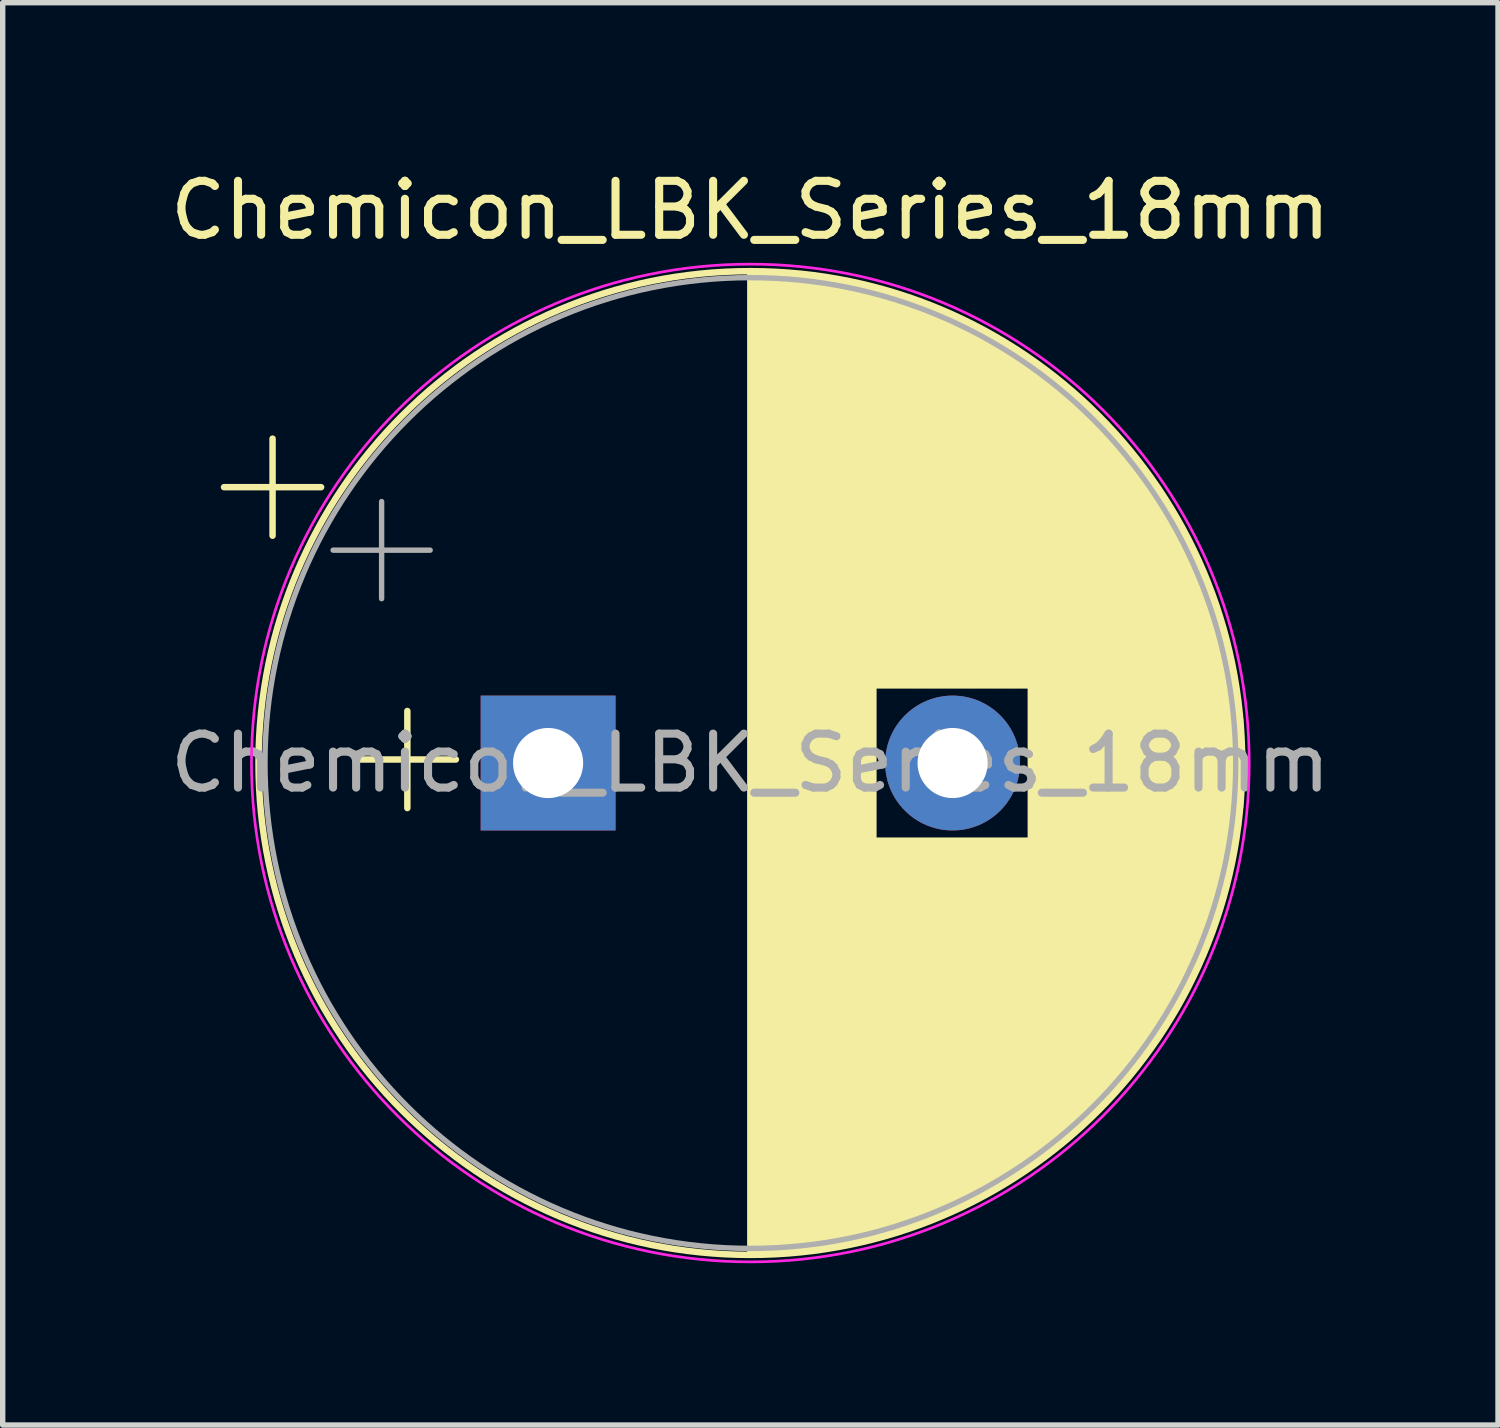
<source format=kicad_pcb>
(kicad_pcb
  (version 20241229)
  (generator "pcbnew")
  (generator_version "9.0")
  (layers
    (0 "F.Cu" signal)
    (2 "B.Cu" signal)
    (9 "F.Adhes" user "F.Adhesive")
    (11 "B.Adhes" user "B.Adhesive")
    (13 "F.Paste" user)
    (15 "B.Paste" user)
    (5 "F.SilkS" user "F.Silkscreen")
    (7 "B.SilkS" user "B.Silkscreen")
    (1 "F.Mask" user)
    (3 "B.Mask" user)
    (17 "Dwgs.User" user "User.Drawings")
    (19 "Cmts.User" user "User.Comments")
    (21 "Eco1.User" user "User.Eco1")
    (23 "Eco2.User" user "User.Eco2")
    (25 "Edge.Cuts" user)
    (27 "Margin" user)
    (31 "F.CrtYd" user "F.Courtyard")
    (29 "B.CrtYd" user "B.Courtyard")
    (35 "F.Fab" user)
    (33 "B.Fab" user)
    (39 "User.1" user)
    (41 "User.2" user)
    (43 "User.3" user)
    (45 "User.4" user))
  (footprint "Chemicon_LBK_Series_18mm"
    (layer "F.Cu")
    (at 7.113 11.098)
    (property "Reference" "Chemicon_LBK_Series_18mm" (at 3.75 -10.25 0) (layer "F.SilkS") (effects (font (size 1 1) (thickness 0.15))))
    (attr through_hole)
    (fp_line (start -6.009 -5.115) (end -4.209 -5.115) (stroke (width 0.12) (type solid)) (layer "F.SilkS"))
    (fp_line (start -5.109 -6.015) (end -5.109 -4.215) (stroke (width 0.12) (type solid)) (layer "F.SilkS"))
    (fp_line (start -3.51 -0.065) (end -1.71 -0.065) (stroke (width 0.12) (type solid)) (layer "F.SilkS"))
    (fp_line (start -2.61 -0.965) (end -2.61 0.835) (stroke (width 0.12) (type solid)) (layer "F.SilkS"))
    (fp_line (start 3.75 -9.081) (end 3.75 9.081) (stroke (width 0.12) (type solid)) (layer "F.SilkS"))
    (fp_line (start 3.79 -9.08) (end 3.79 9.08) (stroke (width 0.12) (type solid)) (layer "F.SilkS"))
    (fp_line (start 3.83 -9.08) (end 3.83 9.08) (stroke (width 0.12) (type solid)) (layer "F.SilkS"))
    (fp_line (start 3.87 -9.08) (end 3.87 9.08) (stroke (width 0.12) (type solid)) (layer "F.SilkS"))
    (fp_line (start 3.91 -9.079) (end 3.91 9.079) (stroke (width 0.12) (type solid)) (layer "F.SilkS"))
    (fp_line (start 3.95 -9.078) (end 3.95 9.078) (stroke (width 0.12) (type solid)) (layer "F.SilkS"))
    (fp_line (start 3.99 -9.077) (end 3.99 9.077) (stroke (width 0.12) (type solid)) (layer "F.SilkS"))
    (fp_line (start 4.03 -9.076) (end 4.03 9.076) (stroke (width 0.12) (type solid)) (layer "F.SilkS"))
    (fp_line (start 4.07 -9.075) (end 4.07 9.075) (stroke (width 0.12) (type solid)) (layer "F.SilkS"))
    (fp_line (start 4.11 -9.073) (end 4.11 9.073) (stroke (width 0.12) (type solid)) (layer "F.SilkS"))
    (fp_line (start 4.15 -9.072) (end 4.15 9.072) (stroke (width 0.12) (type solid)) (layer "F.SilkS"))
    (fp_line (start 4.19 -9.07) (end 4.19 9.07) (stroke (width 0.12) (type solid)) (layer "F.SilkS"))
    (fp_line (start 4.23 -9.068) (end 4.23 9.068) (stroke (width 0.12) (type solid)) (layer "F.SilkS"))
    (fp_line (start 4.27 -9.066) (end 4.27 9.066) (stroke (width 0.12) (type solid)) (layer "F.SilkS"))
    (fp_line (start 4.31 -9.063) (end 4.31 9.063) (stroke (width 0.12) (type solid)) (layer "F.SilkS"))
    (fp_line (start 4.35 -9.061) (end 4.35 9.061) (stroke (width 0.12) (type solid)) (layer "F.SilkS"))
    (fp_line (start 4.39 -9.058) (end 4.39 9.058) (stroke (width 0.12) (type solid)) (layer "F.SilkS"))
    (fp_line (start 4.43 -9.055) (end 4.43 9.055) (stroke (width 0.12) (type solid)) (layer "F.SilkS"))
    (fp_line (start 4.471 -9.052) (end 4.471 9.052) (stroke (width 0.12) (type solid)) (layer "F.SilkS"))
    (fp_line (start 4.511 -9.049) (end 4.511 9.049) (stroke (width 0.12) (type solid)) (layer "F.SilkS"))
    (fp_line (start 4.551 -9.045) (end 4.551 9.045) (stroke (width 0.12) (type solid)) (layer "F.SilkS"))
    (fp_line (start 4.591 -9.042) (end 4.591 9.042) (stroke (width 0.12) (type solid)) (layer "F.SilkS"))
    (fp_line (start 4.631 -9.038) (end 4.631 9.038) (stroke (width 0.12) (type solid)) (layer "F.SilkS"))
    (fp_line (start 4.671 -9.034) (end 4.671 9.034) (stroke (width 0.12) (type solid)) (layer "F.SilkS"))
    (fp_line (start 4.711 -9.03) (end 4.711 9.03) (stroke (width 0.12) (type solid)) (layer "F.SilkS"))
    (fp_line (start 4.751 -9.026) (end 4.751 9.026) (stroke (width 0.12) (type solid)) (layer "F.SilkS"))
    (fp_line (start 4.791 -9.021) (end 4.791 9.021) (stroke (width 0.12) (type solid)) (layer "F.SilkS"))
    (fp_line (start 4.831 -9.016) (end 4.831 9.016) (stroke (width 0.12) (type solid)) (layer "F.SilkS"))
    (fp_line (start 4.871 -9.011) (end 4.871 9.011) (stroke (width 0.12) (type solid)) (layer "F.SilkS"))
    (fp_line (start 4.911 -9.006) (end 4.911 9.006) (stroke (width 0.12) (type solid)) (layer "F.SilkS"))
    (fp_line (start 4.951 -9.001) (end 4.951 9.001) (stroke (width 0.12) (type solid)) (layer "F.SilkS"))
    (fp_line (start 4.991 -8.996) (end 4.991 8.996) (stroke (width 0.12) (type solid)) (layer "F.SilkS"))
    (fp_line (start 5.031 -8.99) (end 5.031 8.99) (stroke (width 0.12) (type solid)) (layer "F.SilkS"))
    (fp_line (start 5.071 -8.984) (end 5.071 8.984) (stroke (width 0.12) (type solid)) (layer "F.SilkS"))
    (fp_line (start 5.111 -8.979) (end 5.111 8.979) (stroke (width 0.12) (type solid)) (layer "F.SilkS"))
    (fp_line (start 5.151 -8.972) (end 5.151 8.972) (stroke (width 0.12) (type solid)) (layer "F.SilkS"))
    (fp_line (start 5.191 -8.966) (end 5.191 8.966) (stroke (width 0.12) (type solid)) (layer "F.SilkS"))
    (fp_line (start 5.231 -8.96) (end 5.231 8.96) (stroke (width 0.12) (type solid)) (layer "F.SilkS"))
    (fp_line (start 5.271 -8.953) (end 5.271 8.953) (stroke (width 0.12) (type solid)) (layer "F.SilkS"))
    (fp_line (start 5.311 -8.946) (end 5.311 8.946) (stroke (width 0.12) (type solid)) (layer "F.SilkS"))
    (fp_line (start 5.351 -8.939) (end 5.351 8.939) (stroke (width 0.12) (type solid)) (layer "F.SilkS"))
    (fp_line (start 5.391 -8.932) (end 5.391 8.932) (stroke (width 0.12) (type solid)) (layer "F.SilkS"))
    (fp_line (start 5.431 -8.924) (end 5.431 8.924) (stroke (width 0.12) (type solid)) (layer "F.SilkS"))
    (fp_line (start 5.471 -8.917) (end 5.471 8.917) (stroke (width 0.12) (type solid)) (layer "F.SilkS"))
    (fp_line (start 5.511 -8.909) (end 5.511 8.909) (stroke (width 0.12) (type solid)) (layer "F.SilkS"))
    (fp_line (start 5.551 -8.901) (end 5.551 8.901) (stroke (width 0.12) (type solid)) (layer "F.SilkS"))
    (fp_line (start 5.591 -8.893) (end 5.591 8.893) (stroke (width 0.12) (type solid)) (layer "F.SilkS"))
    (fp_line (start 5.631 -8.885) (end 5.631 8.885) (stroke (width 0.12) (type solid)) (layer "F.SilkS"))
    (fp_line (start 5.671 -8.876) (end 5.671 8.876) (stroke (width 0.12) (type solid)) (layer "F.SilkS"))
    (fp_line (start 5.711 -8.867) (end 5.711 8.867) (stroke (width 0.12) (type solid)) (layer "F.SilkS"))
    (fp_line (start 5.751 -8.858) (end 5.751 8.858) (stroke (width 0.12) (type solid)) (layer "F.SilkS"))
    (fp_line (start 5.791 -8.849) (end 5.791 8.849) (stroke (width 0.12) (type solid)) (layer "F.SilkS"))
    (fp_line (start 5.831 -8.84) (end 5.831 8.84) (stroke (width 0.12) (type solid)) (layer "F.SilkS"))
    (fp_line (start 5.871 -8.831) (end 5.871 8.831) (stroke (width 0.12) (type solid)) (layer "F.SilkS"))
    (fp_line (start 5.911 -8.821) (end 5.911 8.821) (stroke (width 0.12) (type solid)) (layer "F.SilkS"))
    (fp_line (start 5.951 -8.811) (end 5.951 8.811) (stroke (width 0.12) (type solid)) (layer "F.SilkS"))
    (fp_line (start 5.991 -8.801) (end 5.991 8.801) (stroke (width 0.12) (type solid)) (layer "F.SilkS"))
    (fp_line (start 6.031 -8.791) (end 6.031 8.791) (stroke (width 0.12) (type solid)) (layer "F.SilkS"))
    (fp_line (start 6.071 -8.78) (end 6.071 -1.44) (stroke (width 0.12) (type solid)) (layer "F.SilkS"))
    (fp_line (start 6.071 1.44) (end 6.071 8.78) (stroke (width 0.12) (type solid)) (layer "F.SilkS"))
    (fp_line (start 6.111 -8.77) (end 6.111 -1.44) (stroke (width 0.12) (type solid)) (layer "F.SilkS"))
    (fp_line (start 6.111 1.44) (end 6.111 8.77) (stroke (width 0.12) (type solid)) (layer "F.SilkS"))
    (fp_line (start 6.151 -8.759) (end 6.151 -1.44) (stroke (width 0.12) (type solid)) (layer "F.SilkS"))
    (fp_line (start 6.151 1.44) (end 6.151 8.759) (stroke (width 0.12) (type solid)) (layer "F.SilkS"))
    (fp_line (start 6.191 -8.748) (end 6.191 -1.44) (stroke (width 0.12) (type solid)) (layer "F.SilkS"))
    (fp_line (start 6.191 1.44) (end 6.191 8.748) (stroke (width 0.12) (type solid)) (layer "F.SilkS"))
    (fp_line (start 6.231 -8.737) (end 6.231 -1.44) (stroke (width 0.12) (type solid)) (layer "F.SilkS"))
    (fp_line (start 6.231 1.44) (end 6.231 8.737) (stroke (width 0.12) (type solid)) (layer "F.SilkS"))
    (fp_line (start 6.271 -8.725) (end 6.271 -1.44) (stroke (width 0.12) (type solid)) (layer "F.SilkS"))
    (fp_line (start 6.271 1.44) (end 6.271 8.725) (stroke (width 0.12) (type solid)) (layer "F.SilkS"))
    (fp_line (start 6.311 -8.714) (end 6.311 -1.44) (stroke (width 0.12) (type solid)) (layer "F.SilkS"))
    (fp_line (start 6.311 1.44) (end 6.311 8.714) (stroke (width 0.12) (type solid)) (layer "F.SilkS"))
    (fp_line (start 6.351 -8.702) (end 6.351 -1.44) (stroke (width 0.12) (type solid)) (layer "F.SilkS"))
    (fp_line (start 6.351 1.44) (end 6.351 8.702) (stroke (width 0.12) (type solid)) (layer "F.SilkS"))
    (fp_line (start 6.391 -8.69) (end 6.391 -1.44) (stroke (width 0.12) (type solid)) (layer "F.SilkS"))
    (fp_line (start 6.391 1.44) (end 6.391 8.69) (stroke (width 0.12) (type solid)) (layer "F.SilkS"))
    (fp_line (start 6.431 -8.678) (end 6.431 -1.44) (stroke (width 0.12) (type solid)) (layer "F.SilkS"))
    (fp_line (start 6.431 1.44) (end 6.431 8.678) (stroke (width 0.12) (type solid)) (layer "F.SilkS"))
    (fp_line (start 6.471 -8.665) (end 6.471 -1.44) (stroke (width 0.12) (type solid)) (layer "F.SilkS"))
    (fp_line (start 6.471 1.44) (end 6.471 8.665) (stroke (width 0.12) (type solid)) (layer "F.SilkS"))
    (fp_line (start 6.511 -8.653) (end 6.511 -1.44) (stroke (width 0.12) (type solid)) (layer "F.SilkS"))
    (fp_line (start 6.511 1.44) (end 6.511 8.653) (stroke (width 0.12) (type solid)) (layer "F.SilkS"))
    (fp_line (start 6.551 -8.64) (end 6.551 -1.44) (stroke (width 0.12) (type solid)) (layer "F.SilkS"))
    (fp_line (start 6.551 1.44) (end 6.551 8.64) (stroke (width 0.12) (type solid)) (layer "F.SilkS"))
    (fp_line (start 6.591 -8.627) (end 6.591 -1.44) (stroke (width 0.12) (type solid)) (layer "F.SilkS"))
    (fp_line (start 6.591 1.44) (end 6.591 8.627) (stroke (width 0.12) (type solid)) (layer "F.SilkS"))
    (fp_line (start 6.631 -8.614) (end 6.631 -1.44) (stroke (width 0.12) (type solid)) (layer "F.SilkS"))
    (fp_line (start 6.631 1.44) (end 6.631 8.614) (stroke (width 0.12) (type solid)) (layer "F.SilkS"))
    (fp_line (start 6.671 -8.6) (end 6.671 -1.44) (stroke (width 0.12) (type solid)) (layer "F.SilkS"))
    (fp_line (start 6.671 1.44) (end 6.671 8.6) (stroke (width 0.12) (type solid)) (layer "F.SilkS"))
    (fp_line (start 6.711 -8.587) (end 6.711 -1.44) (stroke (width 0.12) (type solid)) (layer "F.SilkS"))
    (fp_line (start 6.711 1.44) (end 6.711 8.587) (stroke (width 0.12) (type solid)) (layer "F.SilkS"))
    (fp_line (start 6.751 -8.573) (end 6.751 -1.44) (stroke (width 0.12) (type solid)) (layer "F.SilkS"))
    (fp_line (start 6.751 1.44) (end 6.751 8.573) (stroke (width 0.12) (type solid)) (layer "F.SilkS"))
    (fp_line (start 6.791 -8.559) (end 6.791 -1.44) (stroke (width 0.12) (type solid)) (layer "F.SilkS"))
    (fp_line (start 6.791 1.44) (end 6.791 8.559) (stroke (width 0.12) (type solid)) (layer "F.SilkS"))
    (fp_line (start 6.831 -8.545) (end 6.831 -1.44) (stroke (width 0.12) (type solid)) (layer "F.SilkS"))
    (fp_line (start 6.831 1.44) (end 6.831 8.545) (stroke (width 0.12) (type solid)) (layer "F.SilkS"))
    (fp_line (start 6.871 -8.53) (end 6.871 -1.44) (stroke (width 0.12) (type solid)) (layer "F.SilkS"))
    (fp_line (start 6.871 1.44) (end 6.871 8.53) (stroke (width 0.12) (type solid)) (layer "F.SilkS"))
    (fp_line (start 6.911 -8.516) (end 6.911 -1.44) (stroke (width 0.12) (type solid)) (layer "F.SilkS"))
    (fp_line (start 6.911 1.44) (end 6.911 8.516) (stroke (width 0.12) (type solid)) (layer "F.SilkS"))
    (fp_line (start 6.951 -8.501) (end 6.951 -1.44) (stroke (width 0.12) (type solid)) (layer "F.SilkS"))
    (fp_line (start 6.951 1.44) (end 6.951 8.501) (stroke (width 0.12) (type solid)) (layer "F.SilkS"))
    (fp_line (start 6.991 -8.486) (end 6.991 -1.44) (stroke (width 0.12) (type solid)) (layer "F.SilkS"))
    (fp_line (start 6.991 1.44) (end 6.991 8.486) (stroke (width 0.12) (type solid)) (layer "F.SilkS"))
    (fp_line (start 7.031 -8.47) (end 7.031 -1.44) (stroke (width 0.12) (type solid)) (layer "F.SilkS"))
    (fp_line (start 7.031 1.44) (end 7.031 8.47) (stroke (width 0.12) (type solid)) (layer "F.SilkS"))
    (fp_line (start 7.071 -8.455) (end 7.071 -1.44) (stroke (width 0.12) (type solid)) (layer "F.SilkS"))
    (fp_line (start 7.071 1.44) (end 7.071 8.455) (stroke (width 0.12) (type solid)) (layer "F.SilkS"))
    (fp_line (start 7.111 -8.439) (end 7.111 -1.44) (stroke (width 0.12) (type solid)) (layer "F.SilkS"))
    (fp_line (start 7.111 1.44) (end 7.111 8.439) (stroke (width 0.12) (type solid)) (layer "F.SilkS"))
    (fp_line (start 7.151 -8.423) (end 7.151 -1.44) (stroke (width 0.12) (type solid)) (layer "F.SilkS"))
    (fp_line (start 7.151 1.44) (end 7.151 8.423) (stroke (width 0.12) (type solid)) (layer "F.SilkS"))
    (fp_line (start 7.191 -8.407) (end 7.191 -1.44) (stroke (width 0.12) (type solid)) (layer "F.SilkS"))
    (fp_line (start 7.191 1.44) (end 7.191 8.407) (stroke (width 0.12) (type solid)) (layer "F.SilkS"))
    (fp_line (start 7.231 -8.39) (end 7.231 -1.44) (stroke (width 0.12) (type solid)) (layer "F.SilkS"))
    (fp_line (start 7.231 1.44) (end 7.231 8.39) (stroke (width 0.12) (type solid)) (layer "F.SilkS"))
    (fp_line (start 7.271 -8.374) (end 7.271 -1.44) (stroke (width 0.12) (type solid)) (layer "F.SilkS"))
    (fp_line (start 7.271 1.44) (end 7.271 8.374) (stroke (width 0.12) (type solid)) (layer "F.SilkS"))
    (fp_line (start 7.311 -8.357) (end 7.311 -1.44) (stroke (width 0.12) (type solid)) (layer "F.SilkS"))
    (fp_line (start 7.311 1.44) (end 7.311 8.357) (stroke (width 0.12) (type solid)) (layer "F.SilkS"))
    (fp_line (start 7.351 -8.34) (end 7.351 -1.44) (stroke (width 0.12) (type solid)) (layer "F.SilkS"))
    (fp_line (start 7.351 1.44) (end 7.351 8.34) (stroke (width 0.12) (type solid)) (layer "F.SilkS"))
    (fp_line (start 7.391 -8.323) (end 7.391 -1.44) (stroke (width 0.12) (type solid)) (layer "F.SilkS"))
    (fp_line (start 7.391 1.44) (end 7.391 8.323) (stroke (width 0.12) (type solid)) (layer "F.SilkS"))
    (fp_line (start 7.431 -8.305) (end 7.431 -1.44) (stroke (width 0.12) (type solid)) (layer "F.SilkS"))
    (fp_line (start 7.431 1.44) (end 7.431 8.305) (stroke (width 0.12) (type solid)) (layer "F.SilkS"))
    (fp_line (start 7.471 -8.287) (end 7.471 -1.44) (stroke (width 0.12) (type solid)) (layer "F.SilkS"))
    (fp_line (start 7.471 1.44) (end 7.471 8.287) (stroke (width 0.12) (type solid)) (layer "F.SilkS"))
    (fp_line (start 7.511 -8.269) (end 7.511 -1.44) (stroke (width 0.12) (type solid)) (layer "F.SilkS"))
    (fp_line (start 7.511 1.44) (end 7.511 8.269) (stroke (width 0.12) (type solid)) (layer "F.SilkS"))
    (fp_line (start 7.551 -8.251) (end 7.551 -1.44) (stroke (width 0.12) (type solid)) (layer "F.SilkS"))
    (fp_line (start 7.551 1.44) (end 7.551 8.251) (stroke (width 0.12) (type solid)) (layer "F.SilkS"))
    (fp_line (start 7.591 -8.233) (end 7.591 -1.44) (stroke (width 0.12) (type solid)) (layer "F.SilkS"))
    (fp_line (start 7.591 1.44) (end 7.591 8.233) (stroke (width 0.12) (type solid)) (layer "F.SilkS"))
    (fp_line (start 7.631 -8.214) (end 7.631 -1.44) (stroke (width 0.12) (type solid)) (layer "F.SilkS"))
    (fp_line (start 7.631 1.44) (end 7.631 8.214) (stroke (width 0.12) (type solid)) (layer "F.SilkS"))
    (fp_line (start 7.671 -8.195) (end 7.671 -1.44) (stroke (width 0.12) (type solid)) (layer "F.SilkS"))
    (fp_line (start 7.671 1.44) (end 7.671 8.195) (stroke (width 0.12) (type solid)) (layer "F.SilkS"))
    (fp_line (start 7.711 -8.176) (end 7.711 -1.44) (stroke (width 0.12) (type solid)) (layer "F.SilkS"))
    (fp_line (start 7.711 1.44) (end 7.711 8.176) (stroke (width 0.12) (type solid)) (layer "F.SilkS"))
    (fp_line (start 7.751 -8.156) (end 7.751 -1.44) (stroke (width 0.12) (type solid)) (layer "F.SilkS"))
    (fp_line (start 7.751 1.44) (end 7.751 8.156) (stroke (width 0.12) (type solid)) (layer "F.SilkS"))
    (fp_line (start 7.791 -8.137) (end 7.791 -1.44) (stroke (width 0.12) (type solid)) (layer "F.SilkS"))
    (fp_line (start 7.791 1.44) (end 7.791 8.137) (stroke (width 0.12) (type solid)) (layer "F.SilkS"))
    (fp_line (start 7.831 -8.117) (end 7.831 -1.44) (stroke (width 0.12) (type solid)) (layer "F.SilkS"))
    (fp_line (start 7.831 1.44) (end 7.831 8.117) (stroke (width 0.12) (type solid)) (layer "F.SilkS"))
    (fp_line (start 7.871 -8.097) (end 7.871 -1.44) (stroke (width 0.12) (type solid)) (layer "F.SilkS"))
    (fp_line (start 7.871 1.44) (end 7.871 8.097) (stroke (width 0.12) (type solid)) (layer "F.SilkS"))
    (fp_line (start 7.911 -8.076) (end 7.911 -1.44) (stroke (width 0.12) (type solid)) (layer "F.SilkS"))
    (fp_line (start 7.911 1.44) (end 7.911 8.076) (stroke (width 0.12) (type solid)) (layer "F.SilkS"))
    (fp_line (start 7.951 -8.056) (end 7.951 -1.44) (stroke (width 0.12) (type solid)) (layer "F.SilkS"))
    (fp_line (start 7.951 1.44) (end 7.951 8.056) (stroke (width 0.12) (type solid)) (layer "F.SilkS"))
    (fp_line (start 7.991 -8.035) (end 7.991 -1.44) (stroke (width 0.12) (type solid)) (layer "F.SilkS"))
    (fp_line (start 7.991 1.44) (end 7.991 8.035) (stroke (width 0.12) (type solid)) (layer "F.SilkS"))
    (fp_line (start 8.031 -8.014) (end 8.031 -1.44) (stroke (width 0.12) (type solid)) (layer "F.SilkS"))
    (fp_line (start 8.031 1.44) (end 8.031 8.014) (stroke (width 0.12) (type solid)) (layer "F.SilkS"))
    (fp_line (start 8.071 -7.992) (end 8.071 -1.44) (stroke (width 0.12) (type solid)) (layer "F.SilkS"))
    (fp_line (start 8.071 1.44) (end 8.071 7.992) (stroke (width 0.12) (type solid)) (layer "F.SilkS"))
    (fp_line (start 8.111 -7.971) (end 8.111 -1.44) (stroke (width 0.12) (type solid)) (layer "F.SilkS"))
    (fp_line (start 8.111 1.44) (end 8.111 7.971) (stroke (width 0.12) (type solid)) (layer "F.SilkS"))
    (fp_line (start 8.151 -7.949) (end 8.151 -1.44) (stroke (width 0.12) (type solid)) (layer "F.SilkS"))
    (fp_line (start 8.151 1.44) (end 8.151 7.949) (stroke (width 0.12) (type solid)) (layer "F.SilkS"))
    (fp_line (start 8.191 -7.927) (end 8.191 -1.44) (stroke (width 0.12) (type solid)) (layer "F.SilkS"))
    (fp_line (start 8.191 1.44) (end 8.191 7.927) (stroke (width 0.12) (type solid)) (layer "F.SilkS"))
    (fp_line (start 8.231 -7.904) (end 8.231 -1.44) (stroke (width 0.12) (type solid)) (layer "F.SilkS"))
    (fp_line (start 8.231 1.44) (end 8.231 7.904) (stroke (width 0.12) (type solid)) (layer "F.SilkS"))
    (fp_line (start 8.271 -7.882) (end 8.271 -1.44) (stroke (width 0.12) (type solid)) (layer "F.SilkS"))
    (fp_line (start 8.271 1.44) (end 8.271 7.882) (stroke (width 0.12) (type solid)) (layer "F.SilkS"))
    (fp_line (start 8.311 -7.859) (end 8.311 -1.44) (stroke (width 0.12) (type solid)) (layer "F.SilkS"))
    (fp_line (start 8.311 1.44) (end 8.311 7.859) (stroke (width 0.12) (type solid)) (layer "F.SilkS"))
    (fp_line (start 8.351 -7.835) (end 8.351 -1.44) (stroke (width 0.12) (type solid)) (layer "F.SilkS"))
    (fp_line (start 8.351 1.44) (end 8.351 7.835) (stroke (width 0.12) (type solid)) (layer "F.SilkS"))
    (fp_line (start 8.391 -7.812) (end 8.391 -1.44) (stroke (width 0.12) (type solid)) (layer "F.SilkS"))
    (fp_line (start 8.391 1.44) (end 8.391 7.812) (stroke (width 0.12) (type solid)) (layer "F.SilkS"))
    (fp_line (start 8.431 -7.788) (end 8.431 -1.44) (stroke (width 0.12) (type solid)) (layer "F.SilkS"))
    (fp_line (start 8.431 1.44) (end 8.431 7.788) (stroke (width 0.12) (type solid)) (layer "F.SilkS"))
    (fp_line (start 8.471 -7.764) (end 8.471 -1.44) (stroke (width 0.12) (type solid)) (layer "F.SilkS"))
    (fp_line (start 8.471 1.44) (end 8.471 7.764) (stroke (width 0.12) (type solid)) (layer "F.SilkS"))
    (fp_line (start 8.511 -7.74) (end 8.511 -1.44) (stroke (width 0.12) (type solid)) (layer "F.SilkS"))
    (fp_line (start 8.511 1.44) (end 8.511 7.74) (stroke (width 0.12) (type solid)) (layer "F.SilkS"))
    (fp_line (start 8.551 -7.715) (end 8.551 -1.44) (stroke (width 0.12) (type solid)) (layer "F.SilkS"))
    (fp_line (start 8.551 1.44) (end 8.551 7.715) (stroke (width 0.12) (type solid)) (layer "F.SilkS"))
    (fp_line (start 8.591 -7.69) (end 8.591 -1.44) (stroke (width 0.12) (type solid)) (layer "F.SilkS"))
    (fp_line (start 8.591 1.44) (end 8.591 7.69) (stroke (width 0.12) (type solid)) (layer "F.SilkS"))
    (fp_line (start 8.631 -7.665) (end 8.631 -1.44) (stroke (width 0.12) (type solid)) (layer "F.SilkS"))
    (fp_line (start 8.631 1.44) (end 8.631 7.665) (stroke (width 0.12) (type solid)) (layer "F.SilkS"))
    (fp_line (start 8.671 -7.64) (end 8.671 -1.44) (stroke (width 0.12) (type solid)) (layer "F.SilkS"))
    (fp_line (start 8.671 1.44) (end 8.671 7.64) (stroke (width 0.12) (type solid)) (layer "F.SilkS"))
    (fp_line (start 8.711 -7.614) (end 8.711 -1.44) (stroke (width 0.12) (type solid)) (layer "F.SilkS"))
    (fp_line (start 8.711 1.44) (end 8.711 7.614) (stroke (width 0.12) (type solid)) (layer "F.SilkS"))
    (fp_line (start 8.751 -7.588) (end 8.751 -1.44) (stroke (width 0.12) (type solid)) (layer "F.SilkS"))
    (fp_line (start 8.751 1.44) (end 8.751 7.588) (stroke (width 0.12) (type solid)) (layer "F.SilkS"))
    (fp_line (start 8.791 -7.561) (end 8.791 -1.44) (stroke (width 0.12) (type solid)) (layer "F.SilkS"))
    (fp_line (start 8.791 1.44) (end 8.791 7.561) (stroke (width 0.12) (type solid)) (layer "F.SilkS"))
    (fp_line (start 8.831 -7.535) (end 8.831 -1.44) (stroke (width 0.12) (type solid)) (layer "F.SilkS"))
    (fp_line (start 8.831 1.44) (end 8.831 7.535) (stroke (width 0.12) (type solid)) (layer "F.SilkS"))
    (fp_line (start 8.871 -7.508) (end 8.871 -1.44) (stroke (width 0.12) (type solid)) (layer "F.SilkS"))
    (fp_line (start 8.871 1.44) (end 8.871 7.508) (stroke (width 0.12) (type solid)) (layer "F.SilkS"))
    (fp_line (start 8.911 -7.48) (end 8.911 -1.44) (stroke (width 0.12) (type solid)) (layer "F.SilkS"))
    (fp_line (start 8.911 1.44) (end 8.911 7.48) (stroke (width 0.12) (type solid)) (layer "F.SilkS"))
    (fp_line (start 8.951 -7.453) (end 8.951 7.453) (stroke (width 0.12) (type solid)) (layer "F.SilkS"))
    (fp_line (start 8.991 -7.425) (end 8.991 7.425) (stroke (width 0.12) (type solid)) (layer "F.SilkS"))
    (fp_line (start 9.031 -7.397) (end 9.031 7.397) (stroke (width 0.12) (type solid)) (layer "F.SilkS"))
    (fp_line (start 9.071 -7.368) (end 9.071 7.368) (stroke (width 0.12) (type solid)) (layer "F.SilkS"))
    (fp_line (start 9.111 -7.339) (end 9.111 7.339) (stroke (width 0.12) (type solid)) (layer "F.SilkS"))
    (fp_line (start 9.151 -7.31) (end 9.151 7.31) (stroke (width 0.12) (type solid)) (layer "F.SilkS"))
    (fp_line (start 9.191 -7.28) (end 9.191 7.28) (stroke (width 0.12) (type solid)) (layer "F.SilkS"))
    (fp_line (start 9.231 -7.25) (end 9.231 7.25) (stroke (width 0.12) (type solid)) (layer "F.SilkS"))
    (fp_line (start 9.271 -7.22) (end 9.271 7.22) (stroke (width 0.12) (type solid)) (layer "F.SilkS"))
    (fp_line (start 9.311 -7.19) (end 9.311 7.19) (stroke (width 0.12) (type solid)) (layer "F.SilkS"))
    (fp_line (start 9.351 -7.159) (end 9.351 7.159) (stroke (width 0.12) (type solid)) (layer "F.SilkS"))
    (fp_line (start 9.391 -7.127) (end 9.391 7.127) (stroke (width 0.12) (type solid)) (layer "F.SilkS"))
    (fp_line (start 9.431 -7.096) (end 9.431 7.096) (stroke (width 0.12) (type solid)) (layer "F.SilkS"))
    (fp_line (start 9.471 -7.064) (end 9.471 7.064) (stroke (width 0.12) (type solid)) (layer "F.SilkS"))
    (fp_line (start 9.511 -7.031) (end 9.511 7.031) (stroke (width 0.12) (type solid)) (layer "F.SilkS"))
    (fp_line (start 9.551 -6.999) (end 9.551 6.999) (stroke (width 0.12) (type solid)) (layer "F.SilkS"))
    (fp_line (start 9.591 -6.965) (end 9.591 6.965) (stroke (width 0.12) (type solid)) (layer "F.SilkS"))
    (fp_line (start 9.631 -6.932) (end 9.631 6.932) (stroke (width 0.12) (type solid)) (layer "F.SilkS"))
    (fp_line (start 9.671 -6.898) (end 9.671 6.898) (stroke (width 0.12) (type solid)) (layer "F.SilkS"))
    (fp_line (start 9.711 -6.864) (end 9.711 6.864) (stroke (width 0.12) (type solid)) (layer "F.SilkS"))
    (fp_line (start 9.751 -6.829) (end 9.751 6.829) (stroke (width 0.12) (type solid)) (layer "F.SilkS"))
    (fp_line (start 9.791 -6.794) (end 9.791 6.794) (stroke (width 0.12) (type solid)) (layer "F.SilkS"))
    (fp_line (start 9.831 -6.758) (end 9.831 6.758) (stroke (width 0.12) (type solid)) (layer "F.SilkS"))
    (fp_line (start 9.871 -6.722) (end 9.871 6.722) (stroke (width 0.12) (type solid)) (layer "F.SilkS"))
    (fp_line (start 9.911 -6.686) (end 9.911 6.686) (stroke (width 0.12) (type solid)) (layer "F.SilkS"))
    (fp_line (start 9.951 -6.649) (end 9.951 6.649) (stroke (width 0.12) (type solid)) (layer "F.SilkS"))
    (fp_line (start 9.991 -6.612) (end 9.991 6.612) (stroke (width 0.12) (type solid)) (layer "F.SilkS"))
    (fp_line (start 10.031 -6.574) (end 10.031 6.574) (stroke (width 0.12) (type solid)) (layer "F.SilkS"))
    (fp_line (start 10.071 -6.536) (end 10.071 6.536) (stroke (width 0.12) (type solid)) (layer "F.SilkS"))
    (fp_line (start 10.111 -6.497) (end 10.111 6.497) (stroke (width 0.12) (type solid)) (layer "F.SilkS"))
    (fp_line (start 10.151 -6.458) (end 10.151 6.458) (stroke (width 0.12) (type solid)) (layer "F.SilkS"))
    (fp_line (start 10.191 -6.418) (end 10.191 6.418) (stroke (width 0.12) (type solid)) (layer "F.SilkS"))
    (fp_line (start 10.231 -6.378) (end 10.231 6.378) (stroke (width 0.12) (type solid)) (layer "F.SilkS"))
    (fp_line (start 10.271 -6.337) (end 10.271 6.337) (stroke (width 0.12) (type solid)) (layer "F.SilkS"))
    (fp_line (start 10.311 -6.296) (end 10.311 6.296) (stroke (width 0.12) (type solid)) (layer "F.SilkS"))
    (fp_line (start 10.351 -6.254) (end 10.351 6.254) (stroke (width 0.12) (type solid)) (layer "F.SilkS"))
    (fp_line (start 10.391 -6.212) (end 10.391 6.212) (stroke (width 0.12) (type solid)) (layer "F.SilkS"))
    (fp_line (start 10.431 -6.17) (end 10.431 6.17) (stroke (width 0.12) (type solid)) (layer "F.SilkS"))
    (fp_line (start 10.471 -6.126) (end 10.471 6.126) (stroke (width 0.12) (type solid)) (layer "F.SilkS"))
    (fp_line (start 10.511 -6.082) (end 10.511 6.082) (stroke (width 0.12) (type solid)) (layer "F.SilkS"))
    (fp_line (start 10.551 -6.038) (end 10.551 6.038) (stroke (width 0.12) (type solid)) (layer "F.SilkS"))
    (fp_line (start 10.591 -5.993) (end 10.591 5.993) (stroke (width 0.12) (type solid)) (layer "F.SilkS"))
    (fp_line (start 10.631 -5.947) (end 10.631 5.947) (stroke (width 0.12) (type solid)) (layer "F.SilkS"))
    (fp_line (start 10.671 -5.901) (end 10.671 5.901) (stroke (width 0.12) (type solid)) (layer "F.SilkS"))
    (fp_line (start 10.711 -5.854) (end 10.711 5.854) (stroke (width 0.12) (type solid)) (layer "F.SilkS"))
    (fp_line (start 10.751 -5.806) (end 10.751 5.806) (stroke (width 0.12) (type solid)) (layer "F.SilkS"))
    (fp_line (start 10.791 -5.758) (end 10.791 5.758) (stroke (width 0.12) (type solid)) (layer "F.SilkS"))
    (fp_line (start 10.831 -5.709) (end 10.831 5.709) (stroke (width 0.12) (type solid)) (layer "F.SilkS"))
    (fp_line (start 10.871 -5.66) (end 10.871 5.66) (stroke (width 0.12) (type solid)) (layer "F.SilkS"))
    (fp_line (start 10.911 -5.609) (end 10.911 5.609) (stroke (width 0.12) (type solid)) (layer "F.SilkS"))
    (fp_line (start 10.951 -5.558) (end 10.951 5.558) (stroke (width 0.12) (type solid)) (layer "F.SilkS"))
    (fp_line (start 10.991 -5.506) (end 10.991 5.506) (stroke (width 0.12) (type solid)) (layer "F.SilkS"))
    (fp_line (start 11.031 -5.454) (end 11.031 5.454) (stroke (width 0.12) (type solid)) (layer "F.SilkS"))
    (fp_line (start 11.071 -5.4) (end 11.071 5.4) (stroke (width 0.12) (type solid)) (layer "F.SilkS"))
    (fp_line (start 11.111 -5.346) (end 11.111 5.346) (stroke (width 0.12) (type solid)) (layer "F.SilkS"))
    (fp_line (start 11.151 -5.291) (end 11.151 5.291) (stroke (width 0.12) (type solid)) (layer "F.SilkS"))
    (fp_line (start 11.191 -5.235) (end 11.191 5.235) (stroke (width 0.12) (type solid)) (layer "F.SilkS"))
    (fp_line (start 11.231 -5.178) (end 11.231 5.178) (stroke (width 0.12) (type solid)) (layer "F.SilkS"))
    (fp_line (start 11.271 -5.12) (end 11.271 5.12) (stroke (width 0.12) (type solid)) (layer "F.SilkS"))
    (fp_line (start 11.311 -5.062) (end 11.311 5.062) (stroke (width 0.12) (type solid)) (layer "F.SilkS"))
    (fp_line (start 11.351 -5.002) (end 11.351 5.002) (stroke (width 0.12) (type solid)) (layer "F.SilkS"))
    (fp_line (start 11.391 -4.941) (end 11.391 4.941) (stroke (width 0.12) (type solid)) (layer "F.SilkS"))
    (fp_line (start 11.431 -4.879) (end 11.431 4.879) (stroke (width 0.12) (type solid)) (layer "F.SilkS"))
    (fp_line (start 11.471 -4.816) (end 11.471 4.816) (stroke (width 0.12) (type solid)) (layer "F.SilkS"))
    (fp_line (start 11.511 -4.752) (end 11.511 4.752) (stroke (width 0.12) (type solid)) (layer "F.SilkS"))
    (fp_line (start 11.551 -4.686) (end 11.551 4.686) (stroke (width 0.12) (type solid)) (layer "F.SilkS"))
    (fp_line (start 11.591 -4.62) (end 11.591 4.62) (stroke (width 0.12) (type solid)) (layer "F.SilkS"))
    (fp_line (start 11.631 -4.552) (end 11.631 4.552) (stroke (width 0.12) (type solid)) (layer "F.SilkS"))
    (fp_line (start 11.671 -4.482) (end 11.671 4.482) (stroke (width 0.12) (type solid)) (layer "F.SilkS"))
    (fp_line (start 11.711 -4.412) (end 11.711 4.412) (stroke (width 0.12) (type solid)) (layer "F.SilkS"))
    (fp_line (start 11.751 -4.339) (end 11.751 4.339) (stroke (width 0.12) (type solid)) (layer "F.SilkS"))
    (fp_line (start 11.791 -4.265) (end 11.791 4.265) (stroke (width 0.12) (type solid)) (layer "F.SilkS"))
    (fp_line (start 11.831 -4.19) (end 11.831 4.19) (stroke (width 0.12) (type solid)) (layer "F.SilkS"))
    (fp_line (start 11.871 -4.113) (end 11.871 4.113) (stroke (width 0.12) (type solid)) (layer "F.SilkS"))
    (fp_line (start 11.911 -4.033) (end 11.911 4.033) (stroke (width 0.12) (type solid)) (layer "F.SilkS"))
    (fp_line (start 11.95 -3.952) (end 11.95 3.952) (stroke (width 0.12) (type solid)) (layer "F.SilkS"))
    (fp_line (start 11.99 -3.869) (end 11.99 3.869) (stroke (width 0.12) (type solid)) (layer "F.SilkS"))
    (fp_line (start 12.03 -3.784) (end 12.03 3.784) (stroke (width 0.12) (type solid)) (layer "F.SilkS"))
    (fp_line (start 12.07 -3.696) (end 12.07 3.696) (stroke (width 0.12) (type solid)) (layer "F.SilkS"))
    (fp_line (start 12.11 -3.605) (end 12.11 3.605) (stroke (width 0.12) (type solid)) (layer "F.SilkS"))
    (fp_line (start 12.15 -3.512) (end 12.15 3.512) (stroke (width 0.12) (type solid)) (layer "F.SilkS"))
    (fp_line (start 12.19 -3.416) (end 12.19 3.416) (stroke (width 0.12) (type solid)) (layer "F.SilkS"))
    (fp_line (start 12.23 -3.317) (end 12.23 3.317) (stroke (width 0.12) (type solid)) (layer "F.SilkS"))
    (fp_line (start 12.27 -3.214) (end 12.27 3.214) (stroke (width 0.12) (type solid)) (layer "F.SilkS"))
    (fp_line (start 12.31 -3.107) (end 12.31 3.107) (stroke (width 0.12) (type solid)) (layer "F.SilkS"))
    (fp_line (start 12.35 -2.996) (end 12.35 2.996) (stroke (width 0.12) (type solid)) (layer "F.SilkS"))
    (fp_line (start 12.39 -2.88) (end 12.39 2.88) (stroke (width 0.12) (type solid)) (layer "F.SilkS"))
    (fp_line (start 12.43 -2.759) (end 12.43 2.759) (stroke (width 0.12) (type solid)) (layer "F.SilkS"))
    (fp_line (start 12.47 -2.632) (end 12.47 2.632) (stroke (width 0.12) (type solid)) (layer "F.SilkS"))
    (fp_line (start 12.51 -2.498) (end 12.51 2.498) (stroke (width 0.12) (type solid)) (layer "F.SilkS"))
    (fp_line (start 12.55 -2.355) (end 12.55 2.355) (stroke (width 0.12) (type solid)) (layer "F.SilkS"))
    (fp_line (start 12.59 -2.203) (end 12.59 2.203) (stroke (width 0.12) (type solid)) (layer "F.SilkS"))
    (fp_line (start 12.63 -2.039) (end 12.63 2.039) (stroke (width 0.12) (type solid)) (layer "F.SilkS"))
    (fp_line (start 12.67 -1.86) (end 12.67 1.86) (stroke (width 0.12) (type solid)) (layer "F.SilkS"))
    (fp_line (start 12.71 -1.661) (end 12.71 1.661) (stroke (width 0.12) (type solid)) (layer "F.SilkS"))
    (fp_line (start 12.75 -1.435) (end 12.75 1.435) (stroke (width 0.12) (type solid)) (layer "F.SilkS"))
    (fp_line (start 12.79 -1.166) (end 12.79 1.166) (stroke (width 0.12) (type solid)) (layer "F.SilkS"))
    (fp_line (start 12.83 -0.814) (end 12.83 0.814) (stroke (width 0.12) (type solid)) (layer "F.SilkS"))
    (fp_line (start 12.87 -0.04) (end 12.87 0.04) (stroke (width 0.12) (type solid)) (layer "F.SilkS"))
    (fp_circle (center 3.75 0) (end 12.87 0) (stroke (width 0.12) (type solid)) (fill no) (layer "F.SilkS"))
    (fp_circle (center 3.75 0) (end 13 0) (stroke (width 0.05) (type solid)) (fill no) (layer "F.CrtYd"))
    (fp_line (start -3.987 -3.947) (end -2.187 -3.947) (stroke (width 0.1) (type solid)) (layer "F.Fab"))
    (fp_line (start -3.087 -4.848) (end -3.087 -3.047) (stroke (width 0.1) (type solid)) (layer "F.Fab"))
    (fp_circle (center 3.75 0) (end 12.75 0) (stroke (width 0.1) (type solid)) (fill no) (layer "F.Fab"))
    (fp_text user "${REFERENCE}" (at 3.75 0 0) (layer "F.Fab") (effects (font (size 1 1) (thickness 0.15))))
    (pad "1" thru_hole rect (at 0 0) (size 2.5 2.5) (drill 1.3) (layers "*.Cu" "*.Mask"))
    (pad "2" thru_hole circle (at 7.5 0) (size 2.5 2.5) (drill 1.3) (layers "*.Cu" "*.Mask")))
  (gr_rect
    (start -3 -3)
    (end 24.726 23.373)
    (stroke (width 0.1) (type default))
    (fill no)
    (layer "Edge.Cuts")))
</source>
